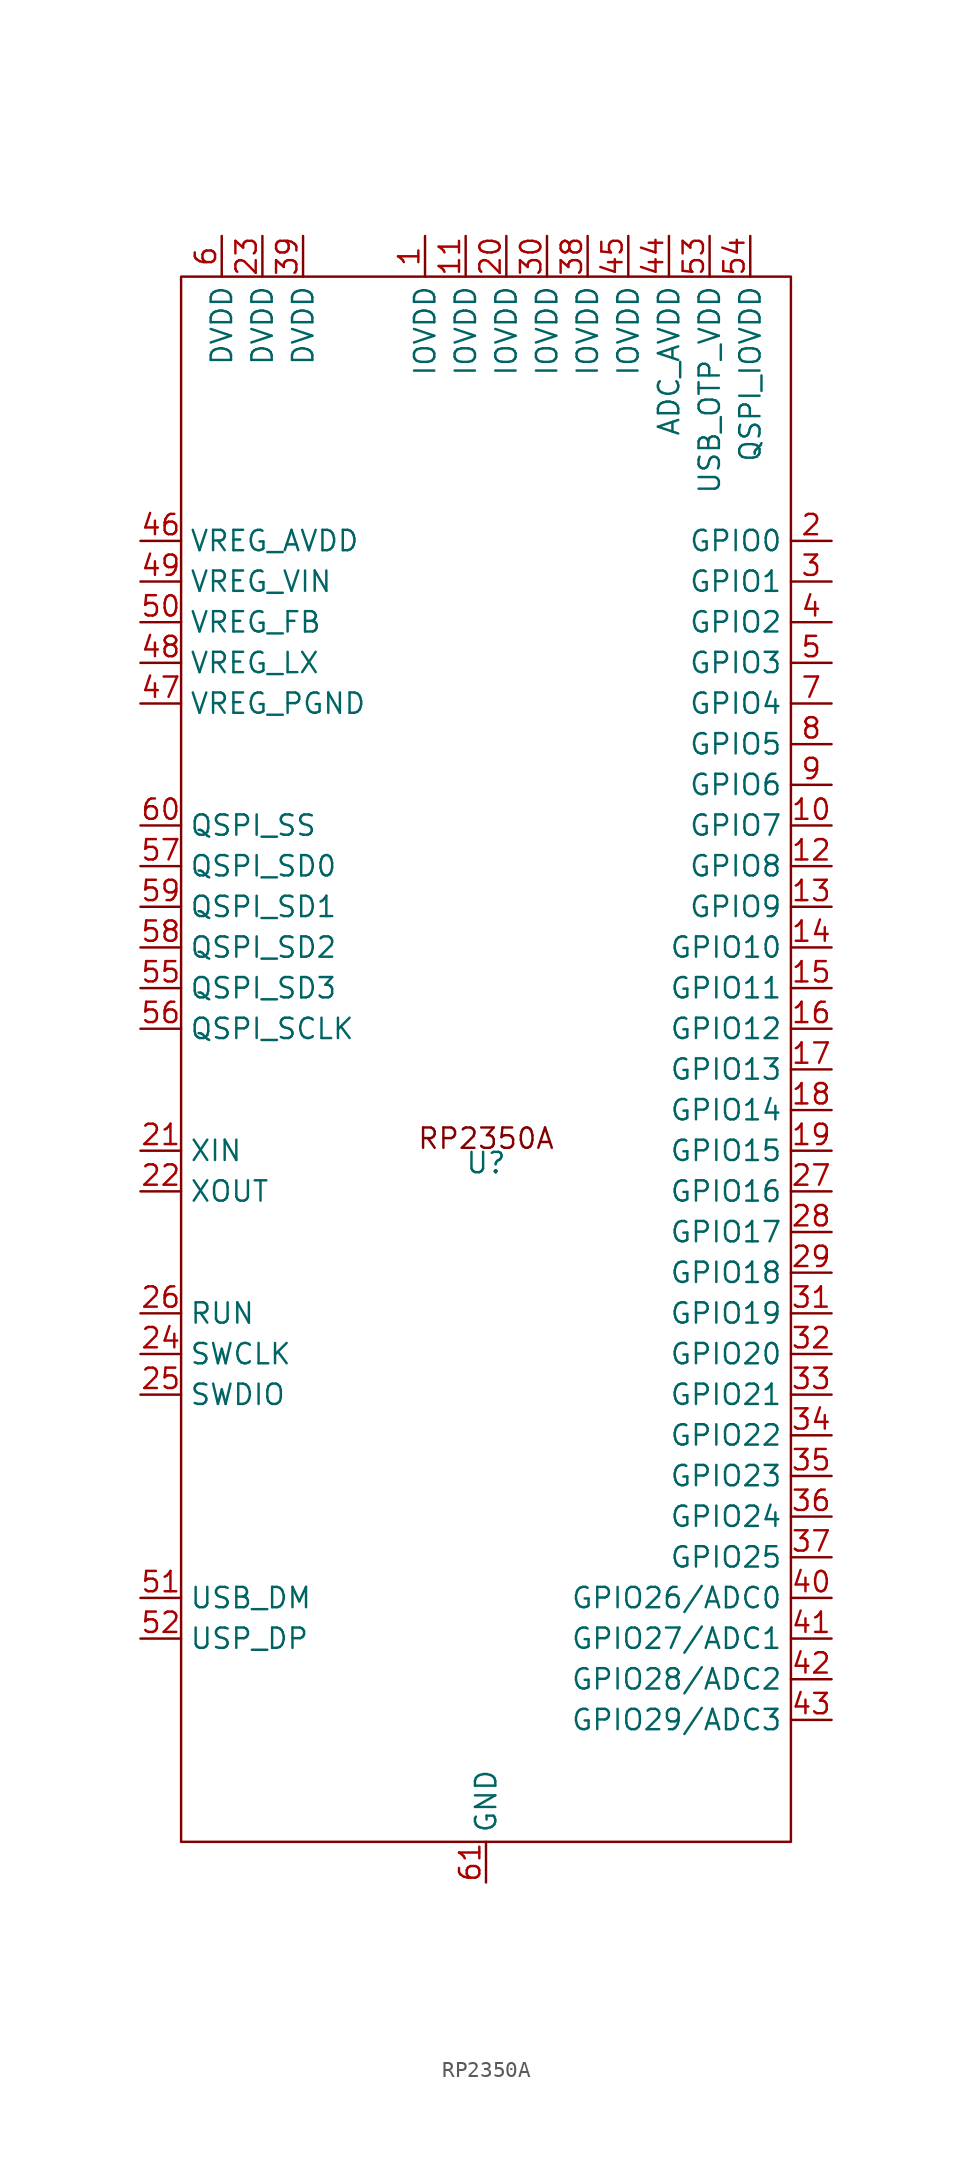
<source format=kicad_sym>
(kicad_symbol_lib
  (version 20241209)
  (generator "kicad_symbol_editor")
  (generator_version "9.0")
  (symbol "RP2350A"
    (property "Reference" "U"
      (at 0 -0.762 0)
      (effects (font (size 1.27 1.27))))
    (property "Value" ""
      (at 0 0 0)
      (effects (font (size 1.27 1.27))))
    (symbol "RP2350A_0_1"
      (rectangle (start -19.05 54.61) (end 19.05 -43.18) (stroke (width 0) (type default)) (fill (type none))))
    (symbol "RP2350A_1_1"
      (text "RP2350A" (at 0 0.762 0) (effects (font (size 1.27 1.27))))
      (pin power_in line (at -21.59 38.1 0) (length 2.54) (name "VREG_AVDD" (effects (font (size 1.27 1.27)))) (number "46" (effects (font (size 1.27 1.27)))))
      (pin power_in line (at -21.59 35.56 0) (length 2.54) (name "VREG_VIN" (effects (font (size 1.27 1.27)))) (number "49" (effects (font (size 1.27 1.27)))))
      (pin input line (at -21.59 33.02 0) (length 2.54) (name "VREG_FB" (effects (font (size 1.27 1.27)))) (number "50" (effects (font (size 1.27 1.27)))))
      (pin power_out line (at -21.59 30.48 0) (length 2.54) (name "VREG_LX" (effects (font (size 1.27 1.27)))) (number "48" (effects (font (size 1.27 1.27)))))
      (pin power_in line (at -21.59 27.94 0) (length 2.54) (name "VREG_PGND" (effects (font (size 1.27 1.27)))) (number "47" (effects (font (size 1.27 1.27)))))
      (pin bidirectional line (at -21.59 20.32 0) (length 2.54) (name "QSPI_SS" (effects (font (size 1.27 1.27)))) (number "60" (effects (font (size 1.27 1.27)))))
      (pin bidirectional line (at -21.59 17.78 0) (length 2.54) (name "QSPI_SD0" (effects (font (size 1.27 1.27)))) (number "57" (effects (font (size 1.27 1.27)))))
      (pin bidirectional line (at -21.59 15.24 0) (length 2.54) (name "QSPI_SD1" (effects (font (size 1.27 1.27)))) (number "59" (effects (font (size 1.27 1.27)))))
      (pin bidirectional line (at -21.59 12.7 0) (length 2.54) (name "QSPI_SD2" (effects (font (size 1.27 1.27)))) (number "58" (effects (font (size 1.27 1.27)))))
      (pin bidirectional line (at -21.59 10.16 0) (length 2.54) (name "QSPI_SD3" (effects (font (size 1.27 1.27)))) (number "55" (effects (font (size 1.27 1.27)))))
      (pin output line (at -21.59 7.62 0) (length 2.54) (name "QSPI_SCLK" (effects (font (size 1.27 1.27)))) (number "56" (effects (font (size 1.27 1.27)))))
      (pin input line (at -21.59 0 0) (length 2.54) (name "XIN" (effects (font (size 1.27 1.27)))) (number "21" (effects (font (size 1.27 1.27)))))
      (pin output line (at -21.59 -2.54 0) (length 2.54) (name "XOUT" (effects (font (size 1.27 1.27)))) (number "22" (effects (font (size 1.27 1.27)))))
      (pin input line (at -21.59 -10.16 0) (length 2.54) (name "RUN" (effects (font (size 1.27 1.27)))) (number "26" (effects (font (size 1.27 1.27)))))
      (pin output line (at -21.59 -12.7 0) (length 2.54) (name "SWCLK" (effects (font (size 1.27 1.27)))) (number "24" (effects (font (size 1.27 1.27)))))
      (pin bidirectional line (at -21.59 -15.24 0) (length 2.54) (name "SWDIO" (effects (font (size 1.27 1.27)))) (number "25" (effects (font (size 1.27 1.27)))))
      (pin bidirectional line (at -21.59 -27.94 0) (length 2.54) (name "USB_DM" (effects (font (size 1.27 1.27)))) (number "51" (effects (font (size 1.27 1.27)))))
      (pin bidirectional line (at -21.59 -30.48 0) (length 2.54) (name "USP_DP" (effects (font (size 1.27 1.27)))) (number "52" (effects (font (size 1.27 1.27)))))
      (pin power_in line (at -16.51 57.15 270) (length 2.54) (name "DVDD" (effects (font (size 1.27 1.27)))) (number "6" (effects (font (size 1.27 1.27)))))
      (pin power_in line (at -13.97 57.15 270) (length 2.54) (name "DVDD" (effects (font (size 1.27 1.27)))) (number "23" (effects (font (size 1.27 1.27)))))
      (pin power_in line (at -11.43 57.15 270) (length 2.54) (name "DVDD" (effects (font (size 1.27 1.27)))) (number "39" (effects (font (size 1.27 1.27)))))
      (pin power_in line (at -3.81 57.15 270) (length 2.54) (name "IOVDD" (effects (font (size 1.27 1.27)))) (number "1" (effects (font (size 1.27 1.27)))))
      (pin power_in line (at -1.27 57.15 270) (length 2.54) (name "IOVDD" (effects (font (size 1.27 1.27)))) (number "11" (effects (font (size 1.27 1.27)))))
      (pin power_in line (at 0 -45.72 90) (length 2.54) (name "GND" (effects (font (size 1.27 1.27)))) (number "61" (effects (font (size 1.27 1.27)))))
      (pin power_in line (at 1.27 57.15 270) (length 2.54) (name "IOVDD" (effects (font (size 1.27 1.27)))) (number "20" (effects (font (size 1.27 1.27)))))
      (pin power_in line (at 3.81 57.15 270) (length 2.54) (name "IOVDD" (effects (font (size 1.27 1.27)))) (number "30" (effects (font (size 1.27 1.27)))))
      (pin power_in line (at 6.35 57.15 270) (length 2.54) (name "IOVDD" (effects (font (size 1.27 1.27)))) (number "38" (effects (font (size 1.27 1.27)))))
      (pin power_in line (at 8.89 57.15 270) (length 2.54) (name "IOVDD" (effects (font (size 1.27 1.27)))) (number "45" (effects (font (size 1.27 1.27)))))
      (pin power_in line (at 11.43 57.15 270) (length 2.54) (name "ADC_AVDD" (effects (font (size 1.27 1.27)))) (number "44" (effects (font (size 1.27 1.27)))))
      (pin power_in line (at 13.97 57.15 270) (length 2.54) (name "USB_OTP_VDD" (effects (font (size 1.27 1.27)))) (number "53" (effects (font (size 1.27 1.27)))))
      (pin power_in line (at 16.51 57.15 270) (length 2.54) (name "QSPI_IOVDD" (effects (font (size 1.27 1.27)))) (number "54" (effects (font (size 1.27 1.27)))))
      (pin bidirectional line (at 21.59 38.1 180) (length 2.54) (name "GPIO0" (effects (font (size 1.27 1.27)))) (number "2" (effects (font (size 1.27 1.27)))))
      (pin bidirectional line (at 21.59 35.56 180) (length 2.54) (name "GPIO1" (effects (font (size 1.27 1.27)))) (number "3" (effects (font (size 1.27 1.27)))))
      (pin bidirectional line (at 21.59 33.02 180) (length 2.54) (name "GPIO2" (effects (font (size 1.27 1.27)))) (number "4" (effects (font (size 1.27 1.27)))))
      (pin bidirectional line (at 21.59 30.48 180) (length 2.54) (name "GPIO3" (effects (font (size 1.27 1.27)))) (number "5" (effects (font (size 1.27 1.27)))))
      (pin bidirectional line (at 21.59 27.94 180) (length 2.54) (name "GPIO4" (effects (font (size 1.27 1.27)))) (number "7" (effects (font (size 1.27 1.27)))))
      (pin bidirectional line (at 21.59 25.4 180) (length 2.54) (name "GPIO5" (effects (font (size 1.27 1.27)))) (number "8" (effects (font (size 1.27 1.27)))))
      (pin bidirectional line (at 21.59 22.86 180) (length 2.54) (name "GPIO6" (effects (font (size 1.27 1.27)))) (number "9" (effects (font (size 1.27 1.27)))))
      (pin bidirectional line (at 21.59 20.32 180) (length 2.54) (name "GPIO7" (effects (font (size 1.27 1.27)))) (number "10" (effects (font (size 1.27 1.27)))))
      (pin bidirectional line (at 21.59 17.78 180) (length 2.54) (name "GPIO8" (effects (font (size 1.27 1.27)))) (number "12" (effects (font (size 1.27 1.27)))))
      (pin bidirectional line (at 21.59 15.24 180) (length 2.54) (name "GPIO9" (effects (font (size 1.27 1.27)))) (number "13" (effects (font (size 1.27 1.27)))))
      (pin bidirectional line (at 21.59 12.7 180) (length 2.54) (name "GPIO10" (effects (font (size 1.27 1.27)))) (number "14" (effects (font (size 1.27 1.27)))))
      (pin bidirectional line (at 21.59 10.16 180) (length 2.54) (name "GPIO11" (effects (font (size 1.27 1.27)))) (number "15" (effects (font (size 1.27 1.27)))))
      (pin bidirectional line (at 21.59 7.62 180) (length 2.54) (name "GPIO12" (effects (font (size 1.27 1.27)))) (number "16" (effects (font (size 1.27 1.27)))))
      (pin bidirectional line (at 21.59 5.08 180) (length 2.54) (name "GPIO13" (effects (font (size 1.27 1.27)))) (number "17" (effects (font (size 1.27 1.27)))))
      (pin bidirectional line (at 21.59 2.54 180) (length 2.54) (name "GPIO14" (effects (font (size 1.27 1.27)))) (number "18" (effects (font (size 1.27 1.27)))))
      (pin bidirectional line (at 21.59 0 180) (length 2.54) (name "GPIO15" (effects (font (size 1.27 1.27)))) (number "19" (effects (font (size 1.27 1.27)))))
      (pin bidirectional line (at 21.59 -2.54 180) (length 2.54) (name "GPIO16" (effects (font (size 1.27 1.27)))) (number "27" (effects (font (size 1.27 1.27)))))
      (pin bidirectional line (at 21.59 -5.08 180) (length 2.54) (name "GPIO17" (effects (font (size 1.27 1.27)))) (number "28" (effects (font (size 1.27 1.27)))))
      (pin bidirectional line (at 21.59 -7.62 180) (length 2.54) (name "GPIO18" (effects (font (size 1.27 1.27)))) (number "29" (effects (font (size 1.27 1.27)))))
      (pin bidirectional line (at 21.59 -10.16 180) (length 2.54) (name "GPIO19" (effects (font (size 1.27 1.27)))) (number "31" (effects (font (size 1.27 1.27)))))
      (pin bidirectional line (at 21.59 -12.7 180) (length 2.54) (name "GPIO20" (effects (font (size 1.27 1.27)))) (number "32" (effects (font (size 1.27 1.27)))))
      (pin bidirectional line (at 21.59 -15.24 180) (length 2.54) (name "GPIO21" (effects (font (size 1.27 1.27)))) (number "33" (effects (font (size 1.27 1.27)))))
      (pin bidirectional line (at 21.59 -17.78 180) (length 2.54) (name "GPIO22" (effects (font (size 1.27 1.27)))) (number "34" (effects (font (size 1.27 1.27)))))
      (pin bidirectional line (at 21.59 -20.32 180) (length 2.54) (name "GPIO23" (effects (font (size 1.27 1.27)))) (number "35" (effects (font (size 1.27 1.27)))))
      (pin bidirectional line (at 21.59 -22.86 180) (length 2.54) (name "GPIO24" (effects (font (size 1.27 1.27)))) (number "36" (effects (font (size 1.27 1.27)))))
      (pin bidirectional line (at 21.59 -25.4 180) (length 2.54) (name "GPIO25" (effects (font (size 1.27 1.27)))) (number "37" (effects (font (size 1.27 1.27)))))
      (pin bidirectional line (at 21.59 -27.94 180) (length 2.54) (name "GPIO26/ADC0" (effects (font (size 1.27 1.27)))) (number "40" (effects (font (size 1.27 1.27)))))
      (pin bidirectional line (at 21.59 -30.48 180) (length 2.54) (name "GPIO27/ADC1" (effects (font (size 1.27 1.27)))) (number "41" (effects (font (size 1.27 1.27)))))
      (pin bidirectional line (at 21.59 -33.02 180) (length 2.54) (name "GPIO28/ADC2" (effects (font (size 1.27 1.27)))) (number "42" (effects (font (size 1.27 1.27)))))
      (pin bidirectional line (at 21.59 -35.56 180) (length 2.54) (name "GPIO29/ADC3" (effects (font (size 1.27 1.27)))) (number "43" (effects (font (size 1.27 1.27))))))))
</source>
